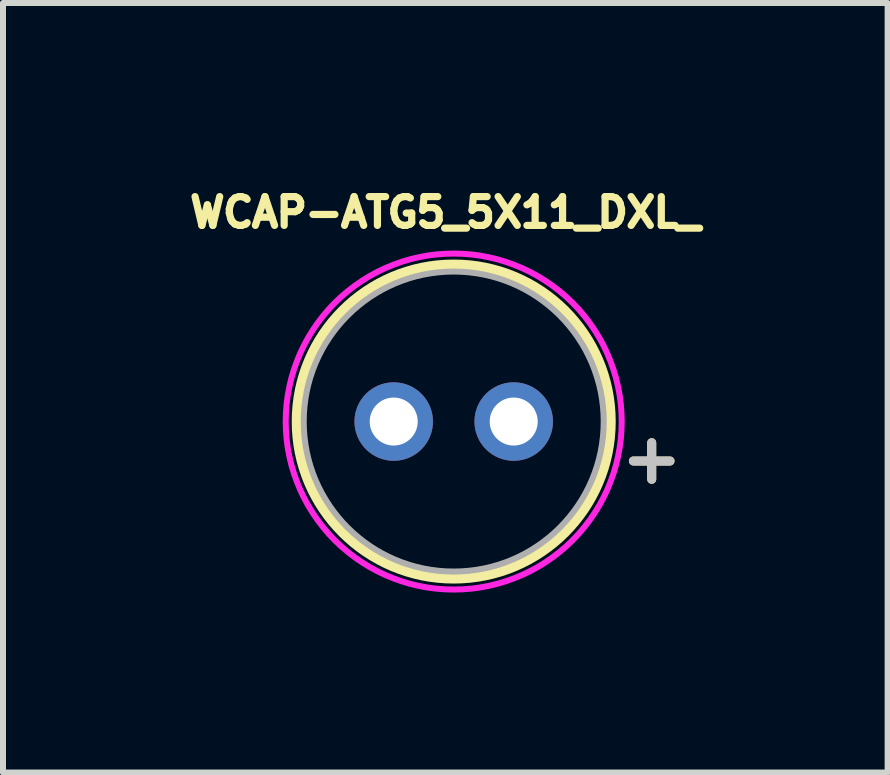
<source format=kicad_pcb>
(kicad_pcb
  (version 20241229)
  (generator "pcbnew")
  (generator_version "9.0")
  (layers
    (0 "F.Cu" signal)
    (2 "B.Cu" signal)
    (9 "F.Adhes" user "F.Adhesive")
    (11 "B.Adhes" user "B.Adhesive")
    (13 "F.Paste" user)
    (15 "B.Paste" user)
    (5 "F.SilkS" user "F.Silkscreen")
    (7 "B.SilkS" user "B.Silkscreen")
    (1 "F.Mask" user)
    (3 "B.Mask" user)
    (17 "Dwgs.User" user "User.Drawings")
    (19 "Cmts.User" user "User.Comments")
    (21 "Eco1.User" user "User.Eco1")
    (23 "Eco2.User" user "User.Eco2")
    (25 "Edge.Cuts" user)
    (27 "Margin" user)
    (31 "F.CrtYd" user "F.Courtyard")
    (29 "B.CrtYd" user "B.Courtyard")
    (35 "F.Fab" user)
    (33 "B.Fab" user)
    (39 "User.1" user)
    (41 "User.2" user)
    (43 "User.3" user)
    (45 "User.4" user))
  (footprint "WCAP-ATG5_5X11_DXL_"
    (layer "F.Cu")
    (at 4.512 3.976)
    (property "Reference" "WCAP-ATG5_5X11_DXL_" (at -0.14 -3.485 0) (layer "F.SilkS") (effects (font (size 0.48 0.48) (thickness 0.15))))
    (attr through_hole)
    (fp_circle (center 0 0) (end 2.6 0) (stroke (width 0.2) (type solid)) (fill no) (layer "F.SilkS"))
    (fp_poly (pts (xy 0 2.8) (xy -0.147 2.796) (xy -0.293 2.785) (xy -0.438 2.766) (xy -0.582 2.739) (xy -0.725 2.705) (xy -0.865 2.663) (xy -1.003 2.614) (xy -1.139 2.558) (xy -1.271 2.495) (xy -1.4 2.425) (xy -1.525 2.348) (xy -1.646 2.265) (xy -1.762 2.176) (xy -1.874 2.081) (xy -1.98 1.98) (xy -2.081 1.874) (xy -2.176 1.762) (xy -2.265 1.646) (xy -2.348 1.525) (xy -2.425 1.4) (xy -2.495 1.271) (xy -2.558 1.139) (xy -2.614 1.003) (xy -2.663 0.865) (xy -2.705 0.725) (xy -2.739 0.582) (xy -2.766 0.438) (xy -2.785 0.293) (xy -2.796 0.147) (xy -2.8 0) (xy -2.796 -0.147) (xy -2.785 -0.293) (xy -2.766 -0.438) (xy -2.739 -0.582) (xy -2.705 -0.725) (xy -2.663 -0.865) (xy -2.614 -1.003) (xy -2.558 -1.139) (xy -2.495 -1.271) (xy -2.425 -1.4) (xy -2.348 -1.525) (xy -2.265 -1.646) (xy -2.176 -1.762) (xy -2.081 -1.874) (xy -1.98 -1.98) (xy -1.874 -2.081) (xy -1.762 -2.176) (xy -1.646 -2.265) (xy -1.525 -2.348) (xy -1.4 -2.425) (xy -1.271 -2.495) (xy -1.139 -2.558) (xy -1.003 -2.614) (xy -0.865 -2.663) (xy -0.725 -2.705) (xy -0.582 -2.739) (xy -0.438 -2.766) (xy -0.293 -2.785) (xy -0.147 -2.796) (xy 0 -2.8) (xy 0.147 -2.796) (xy 0.293 -2.785) (xy 0.438 -2.766) (xy 0.582 -2.739) (xy 0.725 -2.705) (xy 0.865 -2.663) (xy 1.003 -2.614) (xy 1.139 -2.558) (xy 1.271 -2.495) (xy 1.4 -2.425) (xy 1.525 -2.348) (xy 1.646 -2.265) (xy 1.762 -2.176) (xy 1.874 -2.081) (xy 1.98 -1.98) (xy 2.081 -1.874) (xy 2.176 -1.762) (xy 2.265 -1.646) (xy 2.348 -1.525) (xy 2.425 -1.4) (xy 2.495 -1.271) (xy 2.558 -1.139) (xy 2.614 -1.003) (xy 2.663 -0.865) (xy 2.705 -0.725) (xy 2.739 -0.582) (xy 2.766 -0.438) (xy 2.785 -0.293) (xy 2.796 -0.147) (xy 2.8 0) (xy 2.796 0.147) (xy 2.785 0.293) (xy 2.766 0.438) (xy 2.739 0.582) (xy 2.705 0.725) (xy 2.663 0.865) (xy 2.614 1.003) (xy 2.558 1.139) (xy 2.495 1.271) (xy 2.425 1.4) (xy 2.348 1.525) (xy 2.265 1.646) (xy 2.176 1.762) (xy 2.081 1.874) (xy 1.98 1.98) (xy 1.874 2.081) (xy 1.762 2.176) (xy 1.646 2.265) (xy 1.525 2.348) (xy 1.4 2.425) (xy 1.271 2.495) (xy 1.139 2.558) (xy 1.003 2.614) (xy 0.865 2.663) (xy 0.725 2.705) (xy 0.582 2.739) (xy 0.438 2.766) (xy 0.293 2.785) (xy 0.147 2.796) (xy 0 2.8)) (stroke (width 0.1) (type solid)) (fill no) (layer "F.CrtYd"))
    (fp_circle (center 0 0) (end 2.5 0) (stroke (width 0.1) (type solid)) (fill no) (layer "F.Fab"))
    (fp_text user "+" (at 3.3 0.6 0) (layer "F.SilkS") (effects (font (size 0.8 0.8) (thickness 0.15))))
    (fp_text user "+" (at 3.3 0.6 0) (layer "Dwgs.User") (effects (font (size 0.8 0.8) (thickness 0.15))))
    (pad "1" thru_hole circle (at 1 0) (size 1.308 1.308) (drill 0.8) (layers "*.Cu" "*.Mask"))
    (pad "2" thru_hole circle (at -1 0) (size 1.308 1.308) (drill 0.8) (layers "*.Cu" "*.Mask")))
  (gr_rect
    (start -3 -3)
    (end 11.744 9.826)
    (stroke (width 0.1) (type default))
    (fill no)
    (layer "Edge.Cuts")))
</source>
